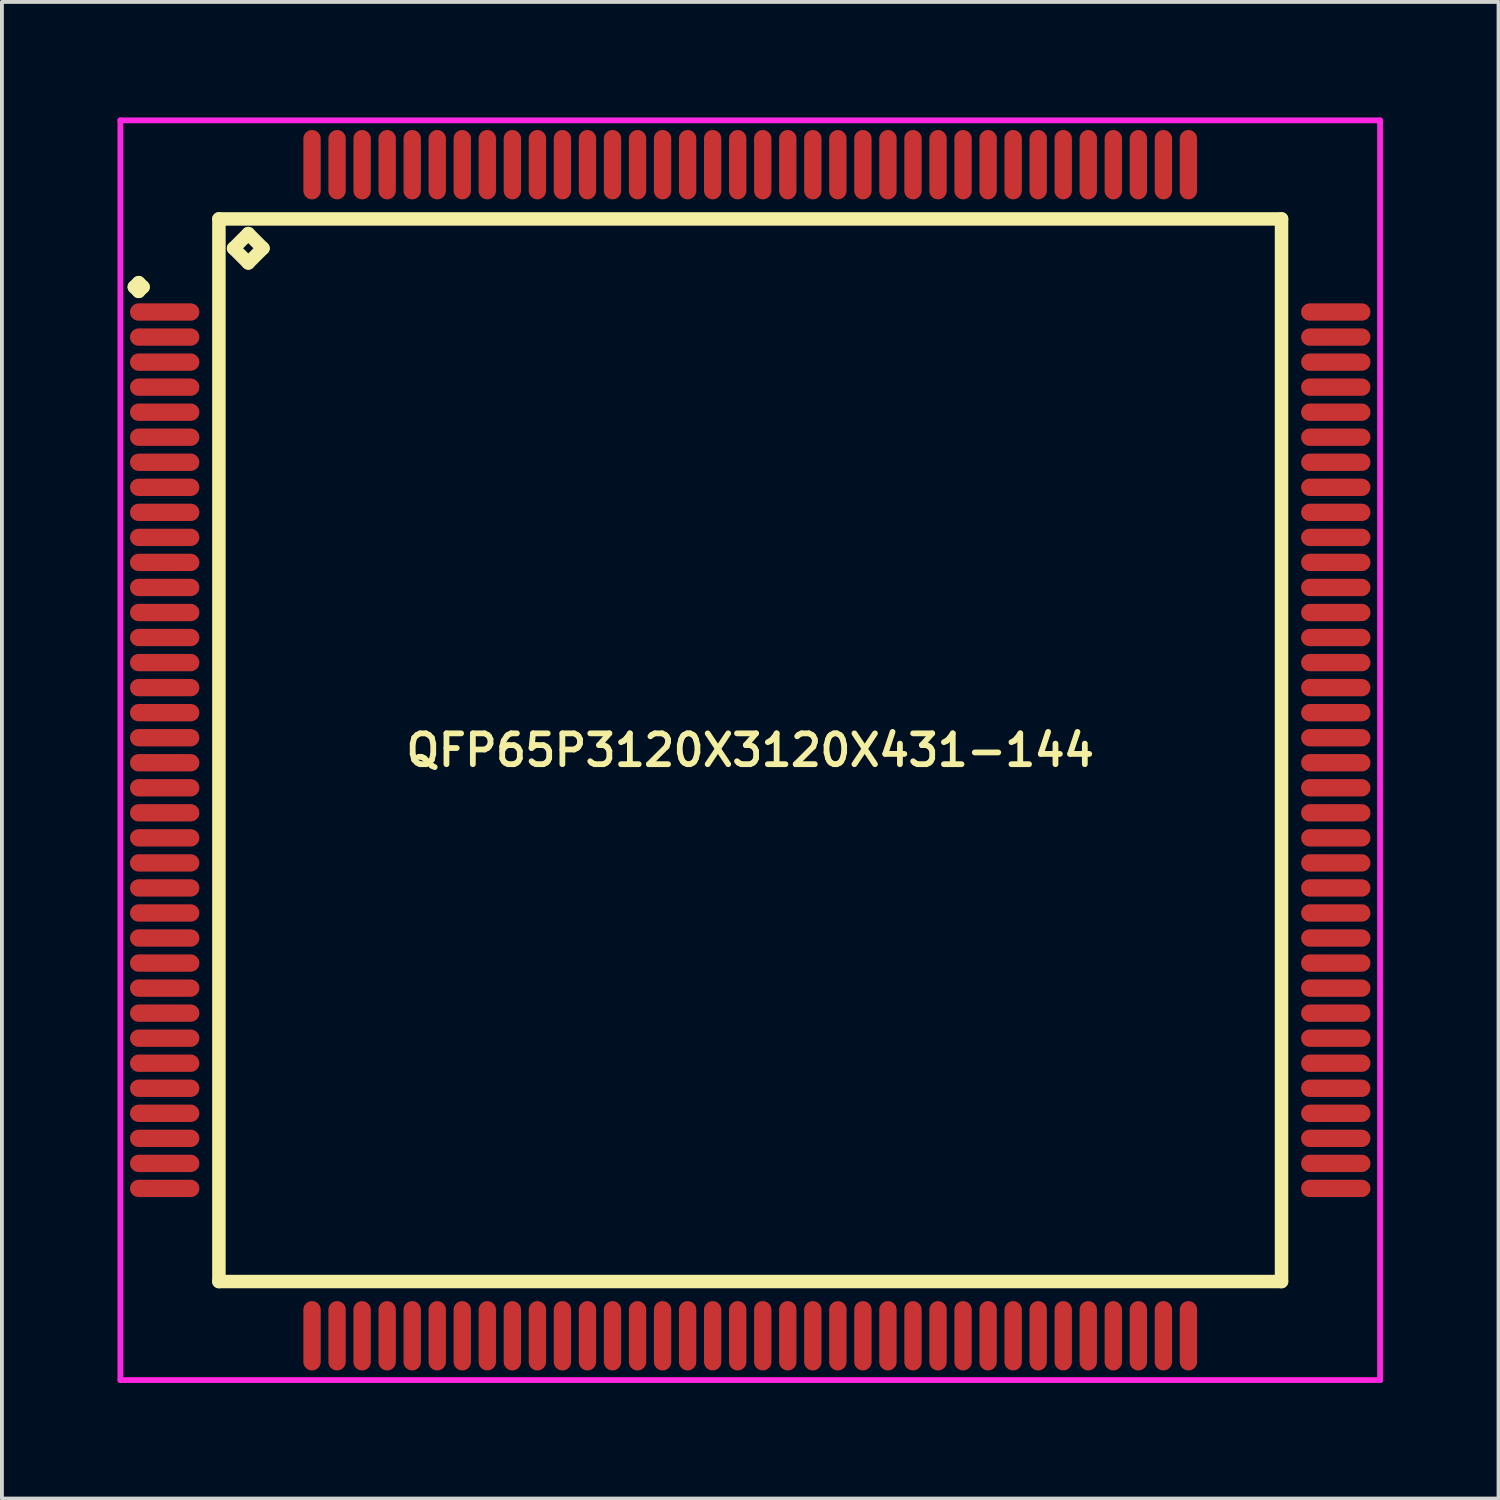
<source format=kicad_pcb>
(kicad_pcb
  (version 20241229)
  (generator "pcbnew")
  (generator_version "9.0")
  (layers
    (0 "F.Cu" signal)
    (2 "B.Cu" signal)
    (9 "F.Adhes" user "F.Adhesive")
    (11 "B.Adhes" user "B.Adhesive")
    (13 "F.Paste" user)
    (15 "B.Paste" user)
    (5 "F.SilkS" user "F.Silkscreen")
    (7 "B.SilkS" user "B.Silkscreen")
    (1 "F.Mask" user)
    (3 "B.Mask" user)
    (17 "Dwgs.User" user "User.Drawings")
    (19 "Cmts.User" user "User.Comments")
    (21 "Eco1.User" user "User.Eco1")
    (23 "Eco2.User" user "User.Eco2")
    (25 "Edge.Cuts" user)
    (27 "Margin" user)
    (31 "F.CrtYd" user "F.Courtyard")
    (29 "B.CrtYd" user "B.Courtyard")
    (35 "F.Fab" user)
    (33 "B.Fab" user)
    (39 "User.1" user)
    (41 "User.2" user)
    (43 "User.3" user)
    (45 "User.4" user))
  (footprint "QFP65P3120X3120X431-144"
    (layer "F.Cu")
    (at 16.425 16.425)
    (property "Reference" "QFP65P3120X3120X431-144" (at 0 0 0) (layer "F.SilkS") (effects (font (size 0.8 0.8) (thickness 0.15))))
    (attr smd)
    (fp_line (start -15.988 -12.025) (end -15.875 -12.137) (stroke (width 0.35) (type solid)) (layer "F.SilkS"))
    (fp_line (start -15.875 -12.137) (end -15.762 -12.025) (stroke (width 0.35) (type solid)) (layer "F.SilkS"))
    (fp_line (start -15.875 -11.912) (end -15.988 -12.025) (stroke (width 0.35) (type solid)) (layer "F.SilkS"))
    (fp_line (start -15.762 -12.025) (end -15.875 -11.912) (stroke (width 0.35) (type solid)) (layer "F.SilkS"))
    (fp_line (start -13.792 -13.792) (end -13.792 13.792) (stroke (width 0.35) (type solid)) (layer "F.SilkS"))
    (fp_line (start -13.792 13.792) (end 13.792 13.792) (stroke (width 0.35) (type solid)) (layer "F.SilkS"))
    (fp_line (start -13.411 -13.03) (end -13.03 -13.411) (stroke (width 0.35) (type solid)) (layer "F.SilkS"))
    (fp_line (start -13.03 -13.411) (end -12.649 -13.03) (stroke (width 0.35) (type solid)) (layer "F.SilkS"))
    (fp_line (start -13.03 -12.649) (end -13.411 -13.03) (stroke (width 0.35) (type solid)) (layer "F.SilkS"))
    (fp_line (start -12.649 -13.03) (end -13.03 -12.649) (stroke (width 0.35) (type solid)) (layer "F.SilkS"))
    (fp_line (start 13.792 -13.792) (end -13.792 -13.792) (stroke (width 0.35) (type solid)) (layer "F.SilkS"))
    (fp_line (start 13.792 13.792) (end 13.792 -13.792) (stroke (width 0.35) (type solid)) (layer "F.SilkS"))
    (fp_line (start -16.35 -16.35) (end 16.35 -16.35) (stroke (width 0.15) (type solid)) (layer "F.CrtYd"))
    (fp_line (start -16.35 16.35) (end -16.35 -16.35) (stroke (width 0.15) (type solid)) (layer "F.CrtYd"))
    (fp_line (start 16.35 -16.35) (end 16.35 16.35) (stroke (width 0.15) (type solid)) (layer "F.CrtYd"))
    (fp_line (start 16.35 16.35) (end -16.35 16.35) (stroke (width 0.15) (type solid)) (layer "F.CrtYd"))
    (pad "1" smd oval (at -15.2 -11.375) (size 1.8 0.45) (layers "F.Cu" "F.Mask" "F.Paste"))
    (pad "2" smd oval (at -15.2 -10.725) (size 1.8 0.45) (layers "F.Cu" "F.Mask" "F.Paste"))
    (pad "3" smd oval (at -15.2 -10.075) (size 1.8 0.45) (layers "F.Cu" "F.Mask" "F.Paste"))
    (pad "4" smd oval (at -15.2 -9.425) (size 1.8 0.45) (layers "F.Cu" "F.Mask" "F.Paste"))
    (pad "5" smd oval (at -15.2 -8.775) (size 1.8 0.45) (layers "F.Cu" "F.Mask" "F.Paste"))
    (pad "6" smd oval (at -15.2 -8.125) (size 1.8 0.45) (layers "F.Cu" "F.Mask" "F.Paste"))
    (pad "7" smd oval (at -15.2 -7.475) (size 1.8 0.45) (layers "F.Cu" "F.Mask" "F.Paste"))
    (pad "8" smd oval (at -15.2 -6.825) (size 1.8 0.45) (layers "F.Cu" "F.Mask" "F.Paste"))
    (pad "9" smd oval (at -15.2 -6.175) (size 1.8 0.45) (layers "F.Cu" "F.Mask" "F.Paste"))
    (pad "10" smd oval (at -15.2 -5.525) (size 1.8 0.45) (layers "F.Cu" "F.Mask" "F.Paste"))
    (pad "11" smd oval (at -15.2 -4.875) (size 1.8 0.45) (layers "F.Cu" "F.Mask" "F.Paste"))
    (pad "12" smd oval (at -15.2 -4.225) (size 1.8 0.45) (layers "F.Cu" "F.Mask" "F.Paste"))
    (pad "13" smd oval (at -15.2 -3.575) (size 1.8 0.45) (layers "F.Cu" "F.Mask" "F.Paste"))
    (pad "14" smd oval (at -15.2 -2.925) (size 1.8 0.45) (layers "F.Cu" "F.Mask" "F.Paste"))
    (pad "15" smd oval (at -15.2 -2.275) (size 1.8 0.45) (layers "F.Cu" "F.Mask" "F.Paste"))
    (pad "16" smd oval (at -15.2 -1.625) (size 1.8 0.45) (layers "F.Cu" "F.Mask" "F.Paste"))
    (pad "17" smd oval (at -15.2 -0.975) (size 1.8 0.45) (layers "F.Cu" "F.Mask" "F.Paste"))
    (pad "18" smd oval (at -15.2 -0.325) (size 1.8 0.45) (layers "F.Cu" "F.Mask" "F.Paste"))
    (pad "19" smd oval (at -15.2 0.325) (size 1.8 0.45) (layers "F.Cu" "F.Mask" "F.Paste"))
    (pad "20" smd oval (at -15.2 0.975) (size 1.8 0.45) (layers "F.Cu" "F.Mask" "F.Paste"))
    (pad "21" smd oval (at -15.2 1.625) (size 1.8 0.45) (layers "F.Cu" "F.Mask" "F.Paste"))
    (pad "22" smd oval (at -15.2 2.275) (size 1.8 0.45) (layers "F.Cu" "F.Mask" "F.Paste"))
    (pad "23" smd oval (at -15.2 2.925) (size 1.8 0.45) (layers "F.Cu" "F.Mask" "F.Paste"))
    (pad "24" smd oval (at -15.2 3.575) (size 1.8 0.45) (layers "F.Cu" "F.Mask" "F.Paste"))
    (pad "25" smd oval (at -15.2 4.225) (size 1.8 0.45) (layers "F.Cu" "F.Mask" "F.Paste"))
    (pad "26" smd oval (at -15.2 4.875) (size 1.8 0.45) (layers "F.Cu" "F.Mask" "F.Paste"))
    (pad "27" smd oval (at -15.2 5.525) (size 1.8 0.45) (layers "F.Cu" "F.Mask" "F.Paste"))
    (pad "28" smd oval (at -15.2 6.175) (size 1.8 0.45) (layers "F.Cu" "F.Mask" "F.Paste"))
    (pad "29" smd oval (at -15.2 6.825) (size 1.8 0.45) (layers "F.Cu" "F.Mask" "F.Paste"))
    (pad "30" smd oval (at -15.2 7.475) (size 1.8 0.45) (layers "F.Cu" "F.Mask" "F.Paste"))
    (pad "31" smd oval (at -15.2 8.125) (size 1.8 0.45) (layers "F.Cu" "F.Mask" "F.Paste"))
    (pad "32" smd oval (at -15.2 8.775) (size 1.8 0.45) (layers "F.Cu" "F.Mask" "F.Paste"))
    (pad "33" smd oval (at -15.2 9.425) (size 1.8 0.45) (layers "F.Cu" "F.Mask" "F.Paste"))
    (pad "34" smd oval (at -15.2 10.075) (size 1.8 0.45) (layers "F.Cu" "F.Mask" "F.Paste"))
    (pad "35" smd oval (at -15.2 10.725) (size 1.8 0.45) (layers "F.Cu" "F.Mask" "F.Paste"))
    (pad "36" smd oval (at -15.2 11.375) (size 1.8 0.45) (layers "F.Cu" "F.Mask" "F.Paste"))
    (pad "37" smd oval (at -11.375 15.2) (size 0.45 1.8) (layers "F.Cu" "F.Mask" "F.Paste"))
    (pad "38" smd oval (at -10.725 15.2) (size 0.45 1.8) (layers "F.Cu" "F.Mask" "F.Paste"))
    (pad "39" smd oval (at -10.075 15.2) (size 0.45 1.8) (layers "F.Cu" "F.Mask" "F.Paste"))
    (pad "40" smd oval (at -9.425 15.2) (size 0.45 1.8) (layers "F.Cu" "F.Mask" "F.Paste"))
    (pad "41" smd oval (at -8.775 15.2) (size 0.45 1.8) (layers "F.Cu" "F.Mask" "F.Paste"))
    (pad "42" smd oval (at -8.125 15.2) (size 0.45 1.8) (layers "F.Cu" "F.Mask" "F.Paste"))
    (pad "43" smd oval (at -7.475 15.2) (size 0.45 1.8) (layers "F.Cu" "F.Mask" "F.Paste"))
    (pad "44" smd oval (at -6.825 15.2) (size 0.45 1.8) (layers "F.Cu" "F.Mask" "F.Paste"))
    (pad "45" smd oval (at -6.175 15.2) (size 0.45 1.8) (layers "F.Cu" "F.Mask" "F.Paste"))
    (pad "46" smd oval (at -5.525 15.2) (size 0.45 1.8) (layers "F.Cu" "F.Mask" "F.Paste"))
    (pad "47" smd oval (at -4.875 15.2) (size 0.45 1.8) (layers "F.Cu" "F.Mask" "F.Paste"))
    (pad "48" smd oval (at -4.225 15.2) (size 0.45 1.8) (layers "F.Cu" "F.Mask" "F.Paste"))
    (pad "49" smd oval (at -3.575 15.2) (size 0.45 1.8) (layers "F.Cu" "F.Mask" "F.Paste"))
    (pad "50" smd oval (at -2.925 15.2) (size 0.45 1.8) (layers "F.Cu" "F.Mask" "F.Paste"))
    (pad "51" smd oval (at -2.275 15.2) (size 0.45 1.8) (layers "F.Cu" "F.Mask" "F.Paste"))
    (pad "52" smd oval (at -1.625 15.2) (size 0.45 1.8) (layers "F.Cu" "F.Mask" "F.Paste"))
    (pad "53" smd oval (at -0.975 15.2) (size 0.45 1.8) (layers "F.Cu" "F.Mask" "F.Paste"))
    (pad "54" smd oval (at -0.325 15.2) (size 0.45 1.8) (layers "F.Cu" "F.Mask" "F.Paste"))
    (pad "55" smd oval (at 0.325 15.2) (size 0.45 1.8) (layers "F.Cu" "F.Mask" "F.Paste"))
    (pad "56" smd oval (at 0.975 15.2) (size 0.45 1.8) (layers "F.Cu" "F.Mask" "F.Paste"))
    (pad "57" smd oval (at 1.625 15.2) (size 0.45 1.8) (layers "F.Cu" "F.Mask" "F.Paste"))
    (pad "58" smd oval (at 2.275 15.2) (size 0.45 1.8) (layers "F.Cu" "F.Mask" "F.Paste"))
    (pad "59" smd oval (at 2.925 15.2) (size 0.45 1.8) (layers "F.Cu" "F.Mask" "F.Paste"))
    (pad "60" smd oval (at 3.575 15.2) (size 0.45 1.8) (layers "F.Cu" "F.Mask" "F.Paste"))
    (pad "61" smd oval (at 4.225 15.2) (size 0.45 1.8) (layers "F.Cu" "F.Mask" "F.Paste"))
    (pad "62" smd oval (at 4.875 15.2) (size 0.45 1.8) (layers "F.Cu" "F.Mask" "F.Paste"))
    (pad "63" smd oval (at 5.525 15.2) (size 0.45 1.8) (layers "F.Cu" "F.Mask" "F.Paste"))
    (pad "64" smd oval (at 6.175 15.2) (size 0.45 1.8) (layers "F.Cu" "F.Mask" "F.Paste"))
    (pad "65" smd oval (at 6.825 15.2) (size 0.45 1.8) (layers "F.Cu" "F.Mask" "F.Paste"))
    (pad "66" smd oval (at 7.475 15.2) (size 0.45 1.8) (layers "F.Cu" "F.Mask" "F.Paste"))
    (pad "67" smd oval (at 8.125 15.2) (size 0.45 1.8) (layers "F.Cu" "F.Mask" "F.Paste"))
    (pad "68" smd oval (at 8.775 15.2) (size 0.45 1.8) (layers "F.Cu" "F.Mask" "F.Paste"))
    (pad "69" smd oval (at 9.425 15.2) (size 0.45 1.8) (layers "F.Cu" "F.Mask" "F.Paste"))
    (pad "70" smd oval (at 10.075 15.2) (size 0.45 1.8) (layers "F.Cu" "F.Mask" "F.Paste"))
    (pad "71" smd oval (at 10.725 15.2) (size 0.45 1.8) (layers "F.Cu" "F.Mask" "F.Paste"))
    (pad "72" smd oval (at 11.375 15.2) (size 0.45 1.8) (layers "F.Cu" "F.Mask" "F.Paste"))
    (pad "73" smd oval (at 15.2 11.375) (size 1.8 0.45) (layers "F.Cu" "F.Mask" "F.Paste"))
    (pad "74" smd oval (at 15.2 10.725) (size 1.8 0.45) (layers "F.Cu" "F.Mask" "F.Paste"))
    (pad "75" smd oval (at 15.2 10.075) (size 1.8 0.45) (layers "F.Cu" "F.Mask" "F.Paste"))
    (pad "76" smd oval (at 15.2 9.425) (size 1.8 0.45) (layers "F.Cu" "F.Mask" "F.Paste"))
    (pad "77" smd oval (at 15.2 8.775) (size 1.8 0.45) (layers "F.Cu" "F.Mask" "F.Paste"))
    (pad "78" smd oval (at 15.2 8.125) (size 1.8 0.45) (layers "F.Cu" "F.Mask" "F.Paste"))
    (pad "79" smd oval (at 15.2 7.475) (size 1.8 0.45) (layers "F.Cu" "F.Mask" "F.Paste"))
    (pad "80" smd oval (at 15.2 6.825) (size 1.8 0.45) (layers "F.Cu" "F.Mask" "F.Paste"))
    (pad "81" smd oval (at 15.2 6.175) (size 1.8 0.45) (layers "F.Cu" "F.Mask" "F.Paste"))
    (pad "82" smd oval (at 15.2 5.525) (size 1.8 0.45) (layers "F.Cu" "F.Mask" "F.Paste"))
    (pad "83" smd oval (at 15.2 4.875) (size 1.8 0.45) (layers "F.Cu" "F.Mask" "F.Paste"))
    (pad "84" smd oval (at 15.2 4.225) (size 1.8 0.45) (layers "F.Cu" "F.Mask" "F.Paste"))
    (pad "85" smd oval (at 15.2 3.575) (size 1.8 0.45) (layers "F.Cu" "F.Mask" "F.Paste"))
    (pad "86" smd oval (at 15.2 2.925) (size 1.8 0.45) (layers "F.Cu" "F.Mask" "F.Paste"))
    (pad "87" smd oval (at 15.2 2.275) (size 1.8 0.45) (layers "F.Cu" "F.Mask" "F.Paste"))
    (pad "88" smd oval (at 15.2 1.625) (size 1.8 0.45) (layers "F.Cu" "F.Mask" "F.Paste"))
    (pad "89" smd oval (at 15.2 0.975) (size 1.8 0.45) (layers "F.Cu" "F.Mask" "F.Paste"))
    (pad "90" smd oval (at 15.2 0.325) (size 1.8 0.45) (layers "F.Cu" "F.Mask" "F.Paste"))
    (pad "91" smd oval (at 15.2 -0.325) (size 1.8 0.45) (layers "F.Cu" "F.Mask" "F.Paste"))
    (pad "92" smd oval (at 15.2 -0.975) (size 1.8 0.45) (layers "F.Cu" "F.Mask" "F.Paste"))
    (pad "93" smd oval (at 15.2 -1.625) (size 1.8 0.45) (layers "F.Cu" "F.Mask" "F.Paste"))
    (pad "94" smd oval (at 15.2 -2.275) (size 1.8 0.45) (layers "F.Cu" "F.Mask" "F.Paste"))
    (pad "95" smd oval (at 15.2 -2.925) (size 1.8 0.45) (layers "F.Cu" "F.Mask" "F.Paste"))
    (pad "96" smd oval (at 15.2 -3.575) (size 1.8 0.45) (layers "F.Cu" "F.Mask" "F.Paste"))
    (pad "97" smd oval (at 15.2 -4.225) (size 1.8 0.45) (layers "F.Cu" "F.Mask" "F.Paste"))
    (pad "98" smd oval (at 15.2 -4.875) (size 1.8 0.45) (layers "F.Cu" "F.Mask" "F.Paste"))
    (pad "99" smd oval (at 15.2 -5.525) (size 1.8 0.45) (layers "F.Cu" "F.Mask" "F.Paste"))
    (pad "100" smd oval (at 15.2 -6.175) (size 1.8 0.45) (layers "F.Cu" "F.Mask" "F.Paste"))
    (pad "101" smd oval (at 15.2 -6.825) (size 1.8 0.45) (layers "F.Cu" "F.Mask" "F.Paste"))
    (pad "102" smd oval (at 15.2 -7.475) (size 1.8 0.45) (layers "F.Cu" "F.Mask" "F.Paste"))
    (pad "103" smd oval (at 15.2 -8.125) (size 1.8 0.45) (layers "F.Cu" "F.Mask" "F.Paste"))
    (pad "104" smd oval (at 15.2 -8.775) (size 1.8 0.45) (layers "F.Cu" "F.Mask" "F.Paste"))
    (pad "105" smd oval (at 15.2 -9.425) (size 1.8 0.45) (layers "F.Cu" "F.Mask" "F.Paste"))
    (pad "106" smd oval (at 15.2 -10.075) (size 1.8 0.45) (layers "F.Cu" "F.Mask" "F.Paste"))
    (pad "107" smd oval (at 15.2 -10.725) (size 1.8 0.45) (layers "F.Cu" "F.Mask" "F.Paste"))
    (pad "108" smd oval (at 15.2 -11.375) (size 1.8 0.45) (layers "F.Cu" "F.Mask" "F.Paste"))
    (pad "109" smd oval (at 11.375 -15.2) (size 0.45 1.8) (layers "F.Cu" "F.Mask" "F.Paste"))
    (pad "110" smd oval (at 10.725 -15.2) (size 0.45 1.8) (layers "F.Cu" "F.Mask" "F.Paste"))
    (pad "111" smd oval (at 10.075 -15.2) (size 0.45 1.8) (layers "F.Cu" "F.Mask" "F.Paste"))
    (pad "112" smd oval (at 9.425 -15.2) (size 0.45 1.8) (layers "F.Cu" "F.Mask" "F.Paste"))
    (pad "113" smd oval (at 8.775 -15.2) (size 0.45 1.8) (layers "F.Cu" "F.Mask" "F.Paste"))
    (pad "114" smd oval (at 8.125 -15.2) (size 0.45 1.8) (layers "F.Cu" "F.Mask" "F.Paste"))
    (pad "115" smd oval (at 7.475 -15.2) (size 0.45 1.8) (layers "F.Cu" "F.Mask" "F.Paste"))
    (pad "116" smd oval (at 6.825 -15.2) (size 0.45 1.8) (layers "F.Cu" "F.Mask" "F.Paste"))
    (pad "117" smd oval (at 6.175 -15.2) (size 0.45 1.8) (layers "F.Cu" "F.Mask" "F.Paste"))
    (pad "118" smd oval (at 5.525 -15.2) (size 0.45 1.8) (layers "F.Cu" "F.Mask" "F.Paste"))
    (pad "119" smd oval (at 4.875 -15.2) (size 0.45 1.8) (layers "F.Cu" "F.Mask" "F.Paste"))
    (pad "120" smd oval (at 4.225 -15.2) (size 0.45 1.8) (layers "F.Cu" "F.Mask" "F.Paste"))
    (pad "121" smd oval (at 3.575 -15.2) (size 0.45 1.8) (layers "F.Cu" "F.Mask" "F.Paste"))
    (pad "122" smd oval (at 2.925 -15.2) (size 0.45 1.8) (layers "F.Cu" "F.Mask" "F.Paste"))
    (pad "123" smd oval (at 2.275 -15.2) (size 0.45 1.8) (layers "F.Cu" "F.Mask" "F.Paste"))
    (pad "124" smd oval (at 1.625 -15.2) (size 0.45 1.8) (layers "F.Cu" "F.Mask" "F.Paste"))
    (pad "125" smd oval (at 0.975 -15.2) (size 0.45 1.8) (layers "F.Cu" "F.Mask" "F.Paste"))
    (pad "126" smd oval (at 0.325 -15.2) (size 0.45 1.8) (layers "F.Cu" "F.Mask" "F.Paste"))
    (pad "127" smd oval (at -0.325 -15.2) (size 0.45 1.8) (layers "F.Cu" "F.Mask" "F.Paste"))
    (pad "128" smd oval (at -0.975 -15.2) (size 0.45 1.8) (layers "F.Cu" "F.Mask" "F.Paste"))
    (pad "129" smd oval (at -1.625 -15.2) (size 0.45 1.8) (layers "F.Cu" "F.Mask" "F.Paste"))
    (pad "130" smd oval (at -2.275 -15.2) (size 0.45 1.8) (layers "F.Cu" "F.Mask" "F.Paste"))
    (pad "131" smd oval (at -2.925 -15.2) (size 0.45 1.8) (layers "F.Cu" "F.Mask" "F.Paste"))
    (pad "132" smd oval (at -3.575 -15.2) (size 0.45 1.8) (layers "F.Cu" "F.Mask" "F.Paste"))
    (pad "133" smd oval (at -4.225 -15.2) (size 0.45 1.8) (layers "F.Cu" "F.Mask" "F.Paste"))
    (pad "134" smd oval (at -4.875 -15.2) (size 0.45 1.8) (layers "F.Cu" "F.Mask" "F.Paste"))
    (pad "135" smd oval (at -5.525 -15.2) (size 0.45 1.8) (layers "F.Cu" "F.Mask" "F.Paste"))
    (pad "136" smd oval (at -6.175 -15.2) (size 0.45 1.8) (layers "F.Cu" "F.Mask" "F.Paste"))
    (pad "137" smd oval (at -6.825 -15.2) (size 0.45 1.8) (layers "F.Cu" "F.Mask" "F.Paste"))
    (pad "138" smd oval (at -7.475 -15.2) (size 0.45 1.8) (layers "F.Cu" "F.Mask" "F.Paste"))
    (pad "139" smd oval (at -8.125 -15.2) (size 0.45 1.8) (layers "F.Cu" "F.Mask" "F.Paste"))
    (pad "140" smd oval (at -8.775 -15.2) (size 0.45 1.8) (layers "F.Cu" "F.Mask" "F.Paste"))
    (pad "141" smd oval (at -9.425 -15.2) (size 0.45 1.8) (layers "F.Cu" "F.Mask" "F.Paste"))
    (pad "142" smd oval (at -10.075 -15.2) (size 0.45 1.8) (layers "F.Cu" "F.Mask" "F.Paste"))
    (pad "143" smd oval (at -10.725 -15.2) (size 0.45 1.8) (layers "F.Cu" "F.Mask" "F.Paste"))
    (pad "144" smd oval (at -11.375 -15.2) (size 0.45 1.8) (layers "F.Cu" "F.Mask" "F.Paste")))
  (gr_rect
    (start -3 -3)
    (end 35.85 35.85)
    (stroke (width 0.1) (type default))
    (fill no)
    (layer "Edge.Cuts")))
</source>
